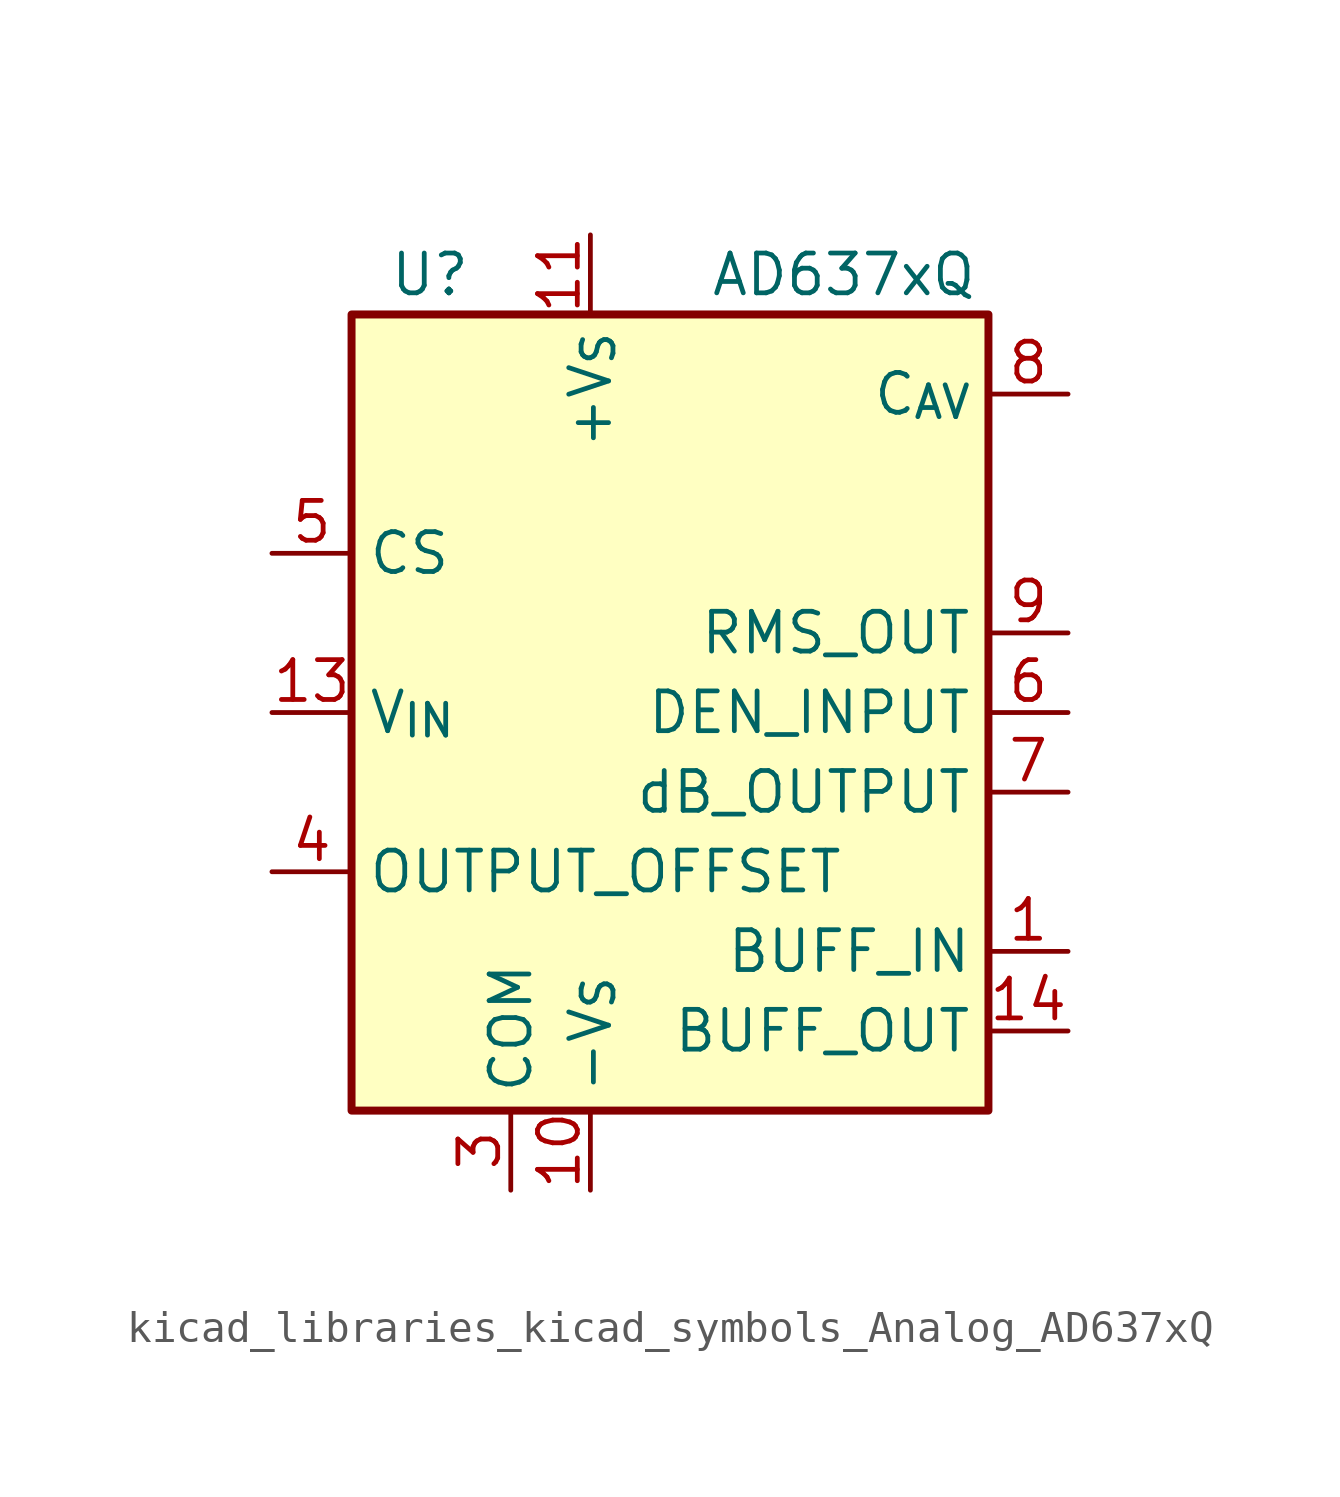
<source format=kicad_sym>
(kicad_symbol_lib
  (version 20220914)
  (generator kicad_symbol_editor)
  (symbol "kicad_libraries_kicad_symbols_Analog_AD637xQ"
    (property "Reference" "U"
      (at -6.35 13.97 0)
      (effects (font (size 1.27 1.27)) (justify right)))
    (property "Value" "AD637xQ"
      (at 1.27 13.97 0)
      (effects (font (size 1.27 1.27)) (justify left)))
    (symbol "kicad_libraries_kicad_symbols_Analog_AD637xQ_0_1"
      (rectangle (start -10.16 12.7) (end 10.16 -12.7) (stroke (width 0.254) (type default)) (fill (type background))))
    (symbol "kicad_libraries_kicad_symbols_Analog_AD637xQ_1_1"
      (pin input line (at 12.7 -7.62 180) (length 2.54) (name "BUFF_IN" (effects (font (size 1.27 1.27)))) (number "1" (effects (font (size 1.27 1.27)))))
      (pin power_in line (at -2.54 -15.24 90) (length 2.54) (name "-V_{S}" (effects (font (size 1.27 1.27)))) (number "10" (effects (font (size 1.27 1.27)))))
      (pin power_in line (at -2.54 15.24 270) (length 2.54) (name "+V_{S}" (effects (font (size 1.27 1.27)))) (number "11" (effects (font (size 1.27 1.27)))))
      (pin no_connect line (at -10.16 -7.62 0) (length 2.54) hide (name "NIC" (effects (font (size 1.27 1.27)))) (number "12" (effects (font (size 1.27 1.27)))))
      (pin input line (at -12.7 0 0) (length 2.54) (name "V_{IN}" (effects (font (size 1.27 1.27)))) (number "13" (effects (font (size 1.27 1.27)))))
      (pin output line (at 12.7 -10.16 180) (length 2.54) (name "BUFF_OUT" (effects (font (size 1.27 1.27)))) (number "14" (effects (font (size 1.27 1.27)))))
      (pin no_connect line (at -10.16 7.62 0) (length 2.54) hide (name "NIC" (effects (font (size 1.27 1.27)))) (number "2" (effects (font (size 1.27 1.27)))))
      (pin power_in line (at -5.08 -15.24 90) (length 2.54) (name "COM" (effects (font (size 1.27 1.27)))) (number "3" (effects (font (size 1.27 1.27)))))
      (pin input line (at -12.7 -5.08 0) (length 2.54) (name "OUTPUT_OFFSET" (effects (font (size 1.27 1.27)))) (number "4" (effects (font (size 1.27 1.27)))))
      (pin input line (at -12.7 5.08 0) (length 2.54) (name "CS" (effects (font (size 1.27 1.27)))) (number "5" (effects (font (size 1.27 1.27)))))
      (pin input line (at 12.7 0 180) (length 2.54) (name "DEN_INPUT" (effects (font (size 1.27 1.27)))) (number "6" (effects (font (size 1.27 1.27)))))
      (pin passive line (at 12.7 -2.54 180) (length 2.54) (name "dB_OUTPUT" (effects (font (size 1.27 1.27)))) (number "7" (effects (font (size 1.27 1.27)))))
      (pin passive line (at 12.7 10.16 180) (length 2.54) (name "C_{AV}" (effects (font (size 1.27 1.27)))) (number "8" (effects (font (size 1.27 1.27)))))
      (pin output line (at 12.7 2.54 180) (length 2.54) (name "RMS_OUT" (effects (font (size 1.27 1.27)))) (number "9" (effects (font (size 1.27 1.27))))))))
</source>
